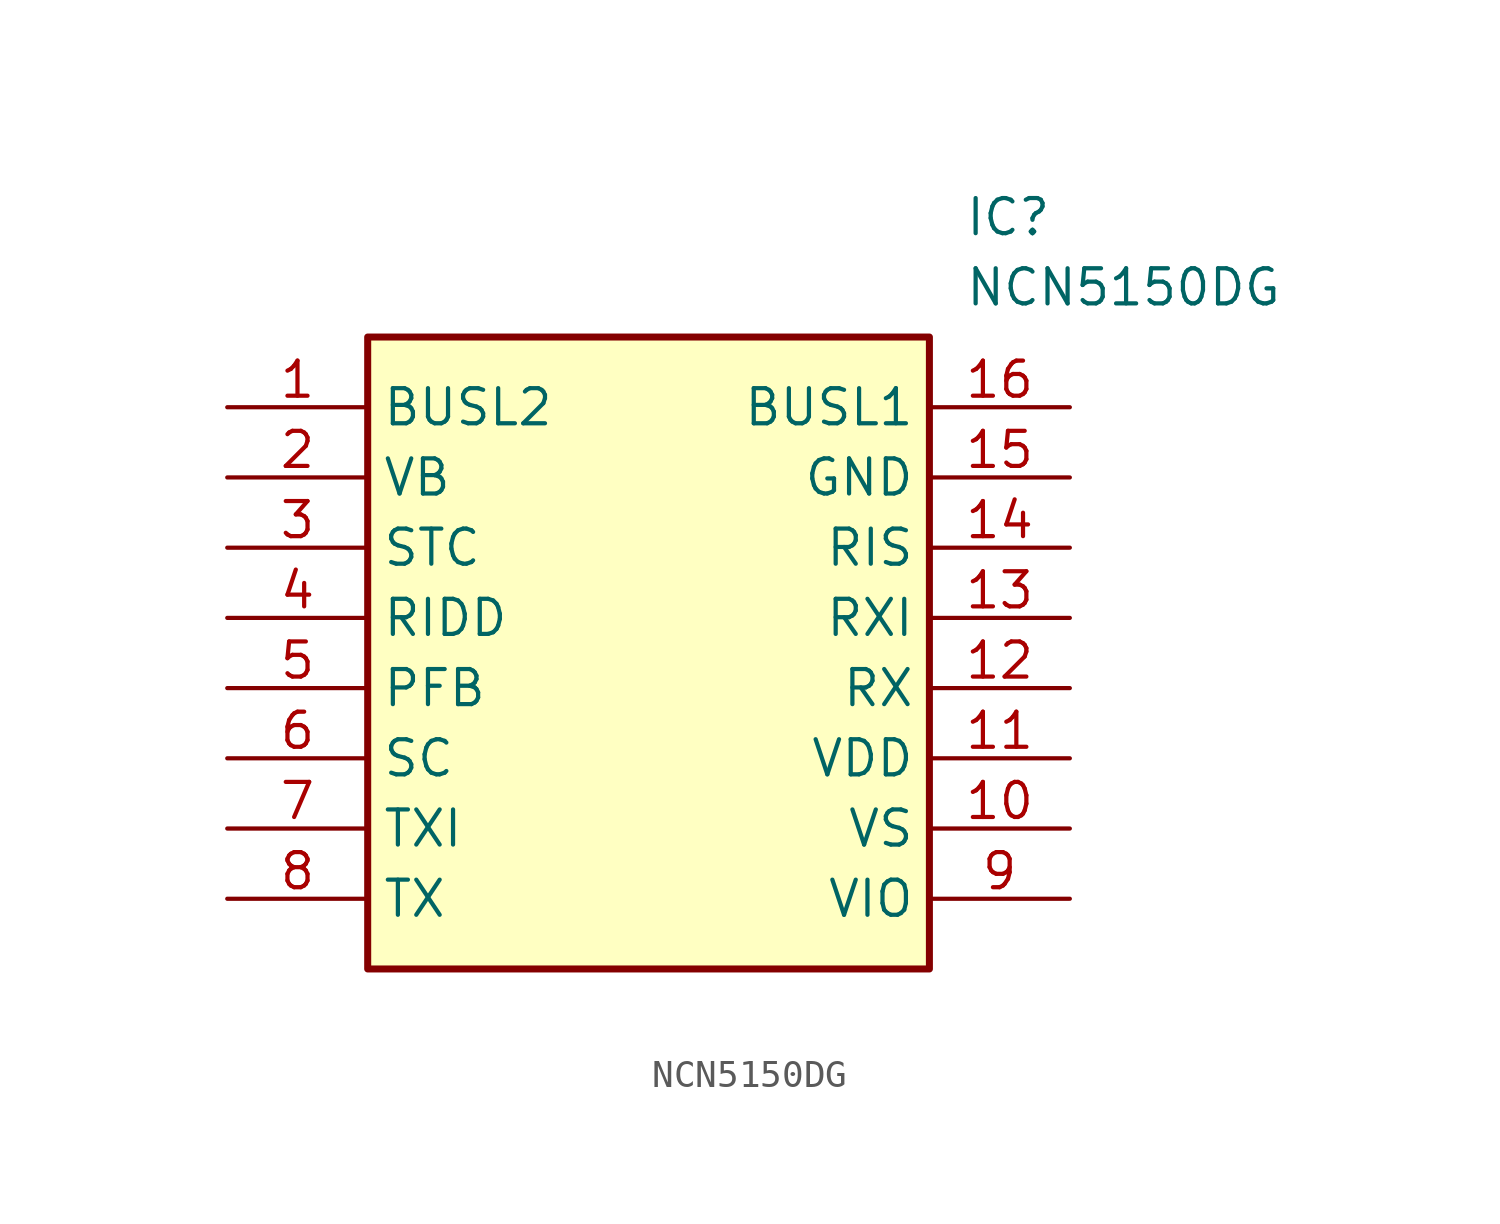
<source format=kicad_sym>
(kicad_symbol_lib
  (version 20211014)
  (generator SamacSys_ECAD_Model)
  (symbol "NCN5150DG"
    (property "Reference" "IC"
      (at 26.67 7.62 0)
      (effects (font (size 1.27 1.27)) (justify left top)))
    (property "Value" "NCN5150DG"
      (at 26.67 5.08 0)
      (effects (font (size 1.27 1.27)) (justify left top)))
    (rectangle
      (start 5.08 2.54)
      (end 25.4 -20.32)
      (stroke (width 0.254) (type default))
      (fill (type background)))
    (pin bidirectional line
      (at 0 0 0)
      (length 5.08)
      (name "BUSL2" (effects (font (size 1.27 1.27))))
      (number "1" (effects (font (size 1.27 1.27)))))
    (pin power_in line
      (at 0 -2.54 0)
      (length 5.08)
      (name "VB" (effects (font (size 1.27 1.27))))
      (number "2" (effects (font (size 1.27 1.27)))))
    (pin output line
      (at 0 -5.08 0)
      (length 5.08)
      (name "STC" (effects (font (size 1.27 1.27))))
      (number "3" (effects (font (size 1.27 1.27)))))
    (pin input line
      (at 0 -7.62 0)
      (length 5.08)
      (name "RIDD" (effects (font (size 1.27 1.27))))
      (number "4" (effects (font (size 1.27 1.27)))))
    (pin output line
      (at 0 -10.16 0)
      (length 5.08)
      (name "PFB" (effects (font (size 1.27 1.27))))
      (number "5" (effects (font (size 1.27 1.27)))))
    (pin output line
      (at 0 -12.7 0)
      (length 5.08)
      (name "SC" (effects (font (size 1.27 1.27))))
      (number "6" (effects (font (size 1.27 1.27)))))
    (pin output line
      (at 0 -15.24 0)
      (length 5.08)
      (name "TXI" (effects (font (size 1.27 1.27))))
      (number "7" (effects (font (size 1.27 1.27)))))
    (pin output line
      (at 0 -17.78 0)
      (length 5.08)
      (name "TX" (effects (font (size 1.27 1.27))))
      (number "8" (effects (font (size 1.27 1.27)))))
    (pin bidirectional line
      (at 30.48 0 180)
      (length 5.08)
      (name "BUSL1" (effects (font (size 1.27 1.27))))
      (number "16" (effects (font (size 1.27 1.27)))))
    (pin power_in line
      (at 30.48 -2.54 180)
      (length 5.08)
      (name "GND" (effects (font (size 1.27 1.27))))
      (number "15" (effects (font (size 1.27 1.27)))))
    (pin input line
      (at 30.48 -5.08 180)
      (length 5.08)
      (name "RIS" (effects (font (size 1.27 1.27))))
      (number "14" (effects (font (size 1.27 1.27)))))
    (pin input line
      (at 30.48 -7.62 180)
      (length 5.08)
      (name "RXI" (effects (font (size 1.27 1.27))))
      (number "13" (effects (font (size 1.27 1.27)))))
    (pin input line
      (at 30.48 -10.16 180)
      (length 5.08)
      (name "RX" (effects (font (size 1.27 1.27))))
      (number "12" (effects (font (size 1.27 1.27)))))
    (pin power_in line
      (at 30.48 -12.7 180)
      (length 5.08)
      (name "VDD" (effects (font (size 1.27 1.27))))
      (number "11" (effects (font (size 1.27 1.27)))))
    (pin output line
      (at 30.48 -15.24 180)
      (length 5.08)
      (name "VS" (effects (font (size 1.27 1.27))))
      (number "10" (effects (font (size 1.27 1.27)))))
    (pin input line
      (at 30.48 -17.78 180)
      (length 5.08)
      (name "VIO" (effects (font (size 1.27 1.27))))
      (number "9" (effects (font (size 1.27 1.27)))))))
</source>
